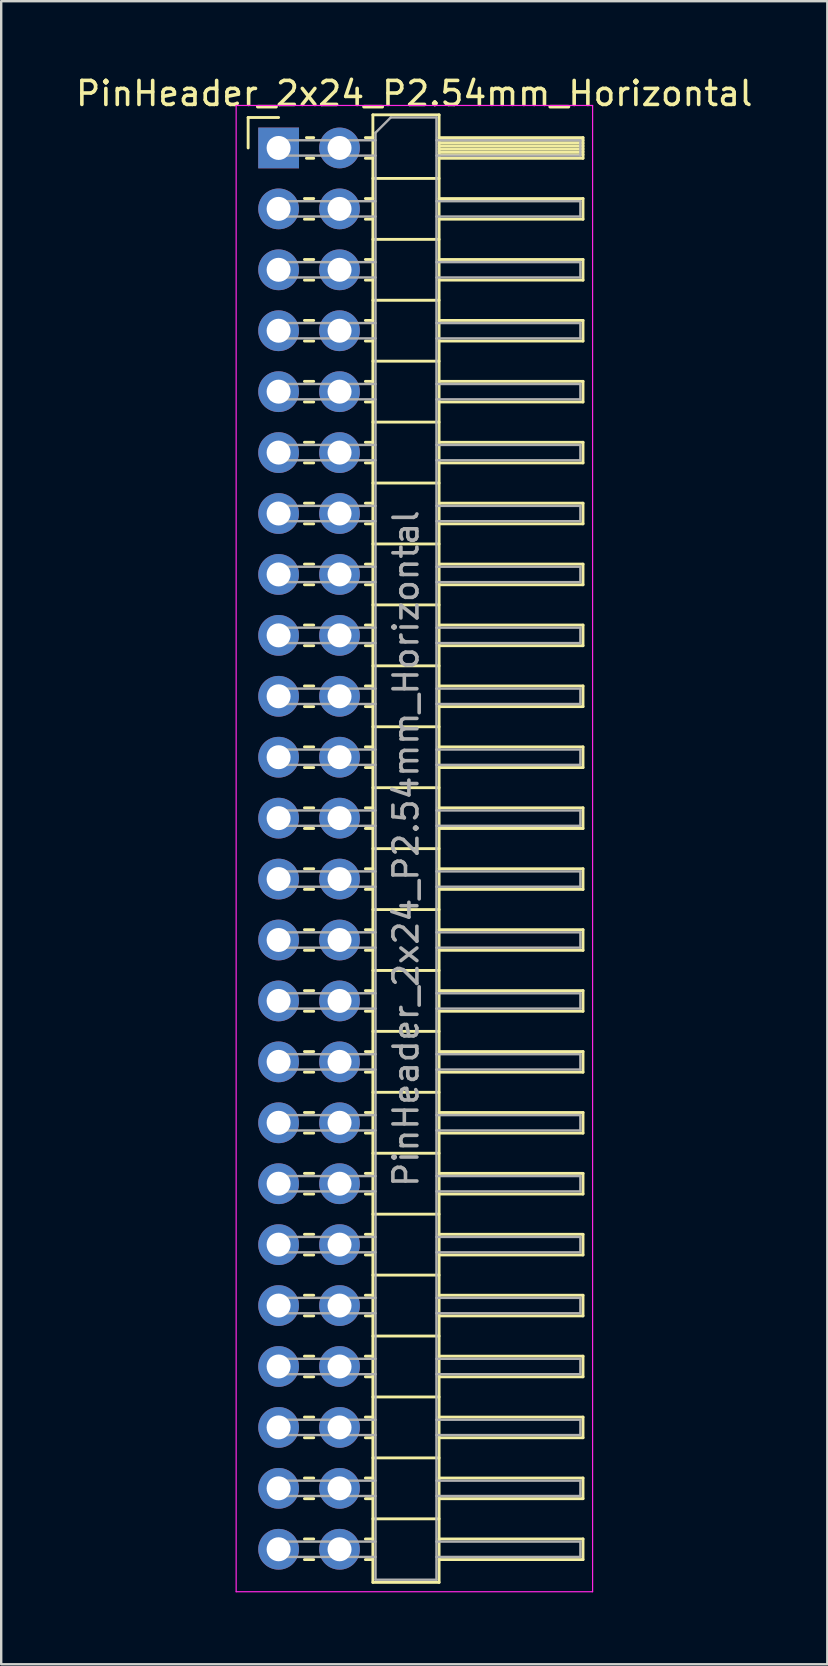
<source format=kicad_pcb>
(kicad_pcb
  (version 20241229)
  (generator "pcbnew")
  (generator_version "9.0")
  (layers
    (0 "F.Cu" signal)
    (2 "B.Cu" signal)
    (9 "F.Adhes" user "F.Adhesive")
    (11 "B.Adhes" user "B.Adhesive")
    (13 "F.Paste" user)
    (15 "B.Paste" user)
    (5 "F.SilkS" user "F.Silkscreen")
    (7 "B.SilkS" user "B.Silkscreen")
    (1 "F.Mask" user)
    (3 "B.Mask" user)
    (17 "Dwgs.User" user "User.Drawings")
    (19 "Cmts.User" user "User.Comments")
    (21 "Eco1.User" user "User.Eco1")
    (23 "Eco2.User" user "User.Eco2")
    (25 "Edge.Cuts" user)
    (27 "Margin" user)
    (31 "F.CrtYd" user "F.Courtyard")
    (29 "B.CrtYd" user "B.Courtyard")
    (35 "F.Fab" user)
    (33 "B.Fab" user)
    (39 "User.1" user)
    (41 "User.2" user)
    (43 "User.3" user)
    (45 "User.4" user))
  (footprint "PinHeader_2x24_P2.54mm_Horizontal"
    (layer "F.Cu")
    (at 8.565 3.118)
    (property "Reference" "PinHeader_2x24_P2.54mm_Horizontal" (at 5.655 -2.27 0) (layer "F.SilkS") (effects (font (size 1 1) (thickness 0.15))))
    (attr through_hole)
    (fp_line (start -1.27 -1.27) (end 0 -1.27) (stroke (width 0.12) (type solid)) (layer "F.SilkS"))
    (fp_line (start -1.27 0) (end -1.27 -1.27) (stroke (width 0.12) (type solid)) (layer "F.SilkS"))
    (fp_line (start 1.077 2.11) (end 1.463 2.11) (stroke (width 0.12) (type solid)) (layer "F.SilkS"))
    (fp_line (start 1.077 2.97) (end 1.463 2.97) (stroke (width 0.12) (type solid)) (layer "F.SilkS"))
    (fp_line (start 1.077 4.65) (end 1.463 4.65) (stroke (width 0.12) (type solid)) (layer "F.SilkS"))
    (fp_line (start 1.077 5.51) (end 1.463 5.51) (stroke (width 0.12) (type solid)) (layer "F.SilkS"))
    (fp_line (start 1.077 7.19) (end 1.463 7.19) (stroke (width 0.12) (type solid)) (layer "F.SilkS"))
    (fp_line (start 1.077 8.05) (end 1.463 8.05) (stroke (width 0.12) (type solid)) (layer "F.SilkS"))
    (fp_line (start 1.077 9.73) (end 1.463 9.73) (stroke (width 0.12) (type solid)) (layer "F.SilkS"))
    (fp_line (start 1.077 10.59) (end 1.463 10.59) (stroke (width 0.12) (type solid)) (layer "F.SilkS"))
    (fp_line (start 1.077 12.27) (end 1.463 12.27) (stroke (width 0.12) (type solid)) (layer "F.SilkS"))
    (fp_line (start 1.077 13.13) (end 1.463 13.13) (stroke (width 0.12) (type solid)) (layer "F.SilkS"))
    (fp_line (start 1.077 14.81) (end 1.463 14.81) (stroke (width 0.12) (type solid)) (layer "F.SilkS"))
    (fp_line (start 1.077 15.67) (end 1.463 15.67) (stroke (width 0.12) (type solid)) (layer "F.SilkS"))
    (fp_line (start 1.077 17.35) (end 1.463 17.35) (stroke (width 0.12) (type solid)) (layer "F.SilkS"))
    (fp_line (start 1.077 18.21) (end 1.463 18.21) (stroke (width 0.12) (type solid)) (layer "F.SilkS"))
    (fp_line (start 1.077 19.89) (end 1.463 19.89) (stroke (width 0.12) (type solid)) (layer "F.SilkS"))
    (fp_line (start 1.077 20.75) (end 1.463 20.75) (stroke (width 0.12) (type solid)) (layer "F.SilkS"))
    (fp_line (start 1.077 22.43) (end 1.463 22.43) (stroke (width 0.12) (type solid)) (layer "F.SilkS"))
    (fp_line (start 1.077 23.29) (end 1.463 23.29) (stroke (width 0.12) (type solid)) (layer "F.SilkS"))
    (fp_line (start 1.077 24.97) (end 1.463 24.97) (stroke (width 0.12) (type solid)) (layer "F.SilkS"))
    (fp_line (start 1.077 25.83) (end 1.463 25.83) (stroke (width 0.12) (type solid)) (layer "F.SilkS"))
    (fp_line (start 1.077 27.51) (end 1.463 27.51) (stroke (width 0.12) (type solid)) (layer "F.SilkS"))
    (fp_line (start 1.077 28.37) (end 1.463 28.37) (stroke (width 0.12) (type solid)) (layer "F.SilkS"))
    (fp_line (start 1.077 30.05) (end 1.463 30.05) (stroke (width 0.12) (type solid)) (layer "F.SilkS"))
    (fp_line (start 1.077 30.91) (end 1.463 30.91) (stroke (width 0.12) (type solid)) (layer "F.SilkS"))
    (fp_line (start 1.077 32.59) (end 1.463 32.59) (stroke (width 0.12) (type solid)) (layer "F.SilkS"))
    (fp_line (start 1.077 33.45) (end 1.463 33.45) (stroke (width 0.12) (type solid)) (layer "F.SilkS"))
    (fp_line (start 1.077 35.13) (end 1.463 35.13) (stroke (width 0.12) (type solid)) (layer "F.SilkS"))
    (fp_line (start 1.077 35.99) (end 1.463 35.99) (stroke (width 0.12) (type solid)) (layer "F.SilkS"))
    (fp_line (start 1.077 37.67) (end 1.463 37.67) (stroke (width 0.12) (type solid)) (layer "F.SilkS"))
    (fp_line (start 1.077 38.53) (end 1.463 38.53) (stroke (width 0.12) (type solid)) (layer "F.SilkS"))
    (fp_line (start 1.077 40.21) (end 1.463 40.21) (stroke (width 0.12) (type solid)) (layer "F.SilkS"))
    (fp_line (start 1.077 41.07) (end 1.463 41.07) (stroke (width 0.12) (type solid)) (layer "F.SilkS"))
    (fp_line (start 1.077 42.75) (end 1.463 42.75) (stroke (width 0.12) (type solid)) (layer "F.SilkS"))
    (fp_line (start 1.077 43.61) (end 1.463 43.61) (stroke (width 0.12) (type solid)) (layer "F.SilkS"))
    (fp_line (start 1.077 45.29) (end 1.463 45.29) (stroke (width 0.12) (type solid)) (layer "F.SilkS"))
    (fp_line (start 1.077 46.15) (end 1.463 46.15) (stroke (width 0.12) (type solid)) (layer "F.SilkS"))
    (fp_line (start 1.077 47.83) (end 1.463 47.83) (stroke (width 0.12) (type solid)) (layer "F.SilkS"))
    (fp_line (start 1.077 48.69) (end 1.463 48.69) (stroke (width 0.12) (type solid)) (layer "F.SilkS"))
    (fp_line (start 1.077 50.37) (end 1.463 50.37) (stroke (width 0.12) (type solid)) (layer "F.SilkS"))
    (fp_line (start 1.077 51.23) (end 1.463 51.23) (stroke (width 0.12) (type solid)) (layer "F.SilkS"))
    (fp_line (start 1.077 52.91) (end 1.463 52.91) (stroke (width 0.12) (type solid)) (layer "F.SilkS"))
    (fp_line (start 1.077 53.77) (end 1.463 53.77) (stroke (width 0.12) (type solid)) (layer "F.SilkS"))
    (fp_line (start 1.077 55.45) (end 1.463 55.45) (stroke (width 0.12) (type solid)) (layer "F.SilkS"))
    (fp_line (start 1.077 56.31) (end 1.463 56.31) (stroke (width 0.12) (type solid)) (layer "F.SilkS"))
    (fp_line (start 1.077 57.99) (end 1.463 57.99) (stroke (width 0.12) (type solid)) (layer "F.SilkS"))
    (fp_line (start 1.077 58.85) (end 1.463 58.85) (stroke (width 0.12) (type solid)) (layer "F.SilkS"))
    (fp_line (start 1.16 -0.43) (end 1.463 -0.43) (stroke (width 0.12) (type solid)) (layer "F.SilkS"))
    (fp_line (start 1.16 0.43) (end 1.463 0.43) (stroke (width 0.12) (type solid)) (layer "F.SilkS"))
    (fp_line (start 3.617 -0.43) (end 3.93 -0.43) (stroke (width 0.12) (type solid)) (layer "F.SilkS"))
    (fp_line (start 3.617 0.43) (end 3.93 0.43) (stroke (width 0.12) (type solid)) (layer "F.SilkS"))
    (fp_line (start 3.617 2.11) (end 3.93 2.11) (stroke (width 0.12) (type solid)) (layer "F.SilkS"))
    (fp_line (start 3.617 2.97) (end 3.93 2.97) (stroke (width 0.12) (type solid)) (layer "F.SilkS"))
    (fp_line (start 3.617 4.65) (end 3.93 4.65) (stroke (width 0.12) (type solid)) (layer "F.SilkS"))
    (fp_line (start 3.617 5.51) (end 3.93 5.51) (stroke (width 0.12) (type solid)) (layer "F.SilkS"))
    (fp_line (start 3.617 7.19) (end 3.93 7.19) (stroke (width 0.12) (type solid)) (layer "F.SilkS"))
    (fp_line (start 3.617 8.05) (end 3.93 8.05) (stroke (width 0.12) (type solid)) (layer "F.SilkS"))
    (fp_line (start 3.617 9.73) (end 3.93 9.73) (stroke (width 0.12) (type solid)) (layer "F.SilkS"))
    (fp_line (start 3.617 10.59) (end 3.93 10.59) (stroke (width 0.12) (type solid)) (layer "F.SilkS"))
    (fp_line (start 3.617 12.27) (end 3.93 12.27) (stroke (width 0.12) (type solid)) (layer "F.SilkS"))
    (fp_line (start 3.617 13.13) (end 3.93 13.13) (stroke (width 0.12) (type solid)) (layer "F.SilkS"))
    (fp_line (start 3.617 14.81) (end 3.93 14.81) (stroke (width 0.12) (type solid)) (layer "F.SilkS"))
    (fp_line (start 3.617 15.67) (end 3.93 15.67) (stroke (width 0.12) (type solid)) (layer "F.SilkS"))
    (fp_line (start 3.617 17.35) (end 3.93 17.35) (stroke (width 0.12) (type solid)) (layer "F.SilkS"))
    (fp_line (start 3.617 18.21) (end 3.93 18.21) (stroke (width 0.12) (type solid)) (layer "F.SilkS"))
    (fp_line (start 3.617 19.89) (end 3.93 19.89) (stroke (width 0.12) (type solid)) (layer "F.SilkS"))
    (fp_line (start 3.617 20.75) (end 3.93 20.75) (stroke (width 0.12) (type solid)) (layer "F.SilkS"))
    (fp_line (start 3.617 22.43) (end 3.93 22.43) (stroke (width 0.12) (type solid)) (layer "F.SilkS"))
    (fp_line (start 3.617 23.29) (end 3.93 23.29) (stroke (width 0.12) (type solid)) (layer "F.SilkS"))
    (fp_line (start 3.617 24.97) (end 3.93 24.97) (stroke (width 0.12) (type solid)) (layer "F.SilkS"))
    (fp_line (start 3.617 25.83) (end 3.93 25.83) (stroke (width 0.12) (type solid)) (layer "F.SilkS"))
    (fp_line (start 3.617 27.51) (end 3.93 27.51) (stroke (width 0.12) (type solid)) (layer "F.SilkS"))
    (fp_line (start 3.617 28.37) (end 3.93 28.37) (stroke (width 0.12) (type solid)) (layer "F.SilkS"))
    (fp_line (start 3.617 30.05) (end 3.93 30.05) (stroke (width 0.12) (type solid)) (layer "F.SilkS"))
    (fp_line (start 3.617 30.91) (end 3.93 30.91) (stroke (width 0.12) (type solid)) (layer "F.SilkS"))
    (fp_line (start 3.617 32.59) (end 3.93 32.59) (stroke (width 0.12) (type solid)) (layer "F.SilkS"))
    (fp_line (start 3.617 33.45) (end 3.93 33.45) (stroke (width 0.12) (type solid)) (layer "F.SilkS"))
    (fp_line (start 3.617 35.13) (end 3.93 35.13) (stroke (width 0.12) (type solid)) (layer "F.SilkS"))
    (fp_line (start 3.617 35.99) (end 3.93 35.99) (stroke (width 0.12) (type solid)) (layer "F.SilkS"))
    (fp_line (start 3.617 37.67) (end 3.93 37.67) (stroke (width 0.12) (type solid)) (layer "F.SilkS"))
    (fp_line (start 3.617 38.53) (end 3.93 38.53) (stroke (width 0.12) (type solid)) (layer "F.SilkS"))
    (fp_line (start 3.617 40.21) (end 3.93 40.21) (stroke (width 0.12) (type solid)) (layer "F.SilkS"))
    (fp_line (start 3.617 41.07) (end 3.93 41.07) (stroke (width 0.12) (type solid)) (layer "F.SilkS"))
    (fp_line (start 3.617 42.75) (end 3.93 42.75) (stroke (width 0.12) (type solid)) (layer "F.SilkS"))
    (fp_line (start 3.617 43.61) (end 3.93 43.61) (stroke (width 0.12) (type solid)) (layer "F.SilkS"))
    (fp_line (start 3.617 45.29) (end 3.93 45.29) (stroke (width 0.12) (type solid)) (layer "F.SilkS"))
    (fp_line (start 3.617 46.15) (end 3.93 46.15) (stroke (width 0.12) (type solid)) (layer "F.SilkS"))
    (fp_line (start 3.617 47.83) (end 3.93 47.83) (stroke (width 0.12) (type solid)) (layer "F.SilkS"))
    (fp_line (start 3.617 48.69) (end 3.93 48.69) (stroke (width 0.12) (type solid)) (layer "F.SilkS"))
    (fp_line (start 3.617 50.37) (end 3.93 50.37) (stroke (width 0.12) (type solid)) (layer "F.SilkS"))
    (fp_line (start 3.617 51.23) (end 3.93 51.23) (stroke (width 0.12) (type solid)) (layer "F.SilkS"))
    (fp_line (start 3.617 52.91) (end 3.93 52.91) (stroke (width 0.12) (type solid)) (layer "F.SilkS"))
    (fp_line (start 3.617 53.77) (end 3.93 53.77) (stroke (width 0.12) (type solid)) (layer "F.SilkS"))
    (fp_line (start 3.617 55.45) (end 3.93 55.45) (stroke (width 0.12) (type solid)) (layer "F.SilkS"))
    (fp_line (start 3.617 56.31) (end 3.93 56.31) (stroke (width 0.12) (type solid)) (layer "F.SilkS"))
    (fp_line (start 3.617 57.99) (end 3.93 57.99) (stroke (width 0.12) (type solid)) (layer "F.SilkS"))
    (fp_line (start 3.617 58.85) (end 3.93 58.85) (stroke (width 0.12) (type solid)) (layer "F.SilkS"))
    (fp_line (start 3.93 -1.38) (end 3.93 59.8) (stroke (width 0.12) (type solid)) (layer "F.SilkS"))
    (fp_line (start 3.93 1.27) (end 6.69 1.27) (stroke (width 0.12) (type solid)) (layer "F.SilkS"))
    (fp_line (start 3.93 3.81) (end 6.69 3.81) (stroke (width 0.12) (type solid)) (layer "F.SilkS"))
    (fp_line (start 3.93 6.35) (end 6.69 6.35) (stroke (width 0.12) (type solid)) (layer "F.SilkS"))
    (fp_line (start 3.93 8.89) (end 6.69 8.89) (stroke (width 0.12) (type solid)) (layer "F.SilkS"))
    (fp_line (start 3.93 11.43) (end 6.69 11.43) (stroke (width 0.12) (type solid)) (layer "F.SilkS"))
    (fp_line (start 3.93 13.97) (end 6.69 13.97) (stroke (width 0.12) (type solid)) (layer "F.SilkS"))
    (fp_line (start 3.93 16.51) (end 6.69 16.51) (stroke (width 0.12) (type solid)) (layer "F.SilkS"))
    (fp_line (start 3.93 19.05) (end 6.69 19.05) (stroke (width 0.12) (type solid)) (layer "F.SilkS"))
    (fp_line (start 3.93 21.59) (end 6.69 21.59) (stroke (width 0.12) (type solid)) (layer "F.SilkS"))
    (fp_line (start 3.93 24.13) (end 6.69 24.13) (stroke (width 0.12) (type solid)) (layer "F.SilkS"))
    (fp_line (start 3.93 26.67) (end 6.69 26.67) (stroke (width 0.12) (type solid)) (layer "F.SilkS"))
    (fp_line (start 3.93 29.21) (end 6.69 29.21) (stroke (width 0.12) (type solid)) (layer "F.SilkS"))
    (fp_line (start 3.93 31.75) (end 6.69 31.75) (stroke (width 0.12) (type solid)) (layer "F.SilkS"))
    (fp_line (start 3.93 34.29) (end 6.69 34.29) (stroke (width 0.12) (type solid)) (layer "F.SilkS"))
    (fp_line (start 3.93 36.83) (end 6.69 36.83) (stroke (width 0.12) (type solid)) (layer "F.SilkS"))
    (fp_line (start 3.93 39.37) (end 6.69 39.37) (stroke (width 0.12) (type solid)) (layer "F.SilkS"))
    (fp_line (start 3.93 41.91) (end 6.69 41.91) (stroke (width 0.12) (type solid)) (layer "F.SilkS"))
    (fp_line (start 3.93 44.45) (end 6.69 44.45) (stroke (width 0.12) (type solid)) (layer "F.SilkS"))
    (fp_line (start 3.93 46.99) (end 6.69 46.99) (stroke (width 0.12) (type solid)) (layer "F.SilkS"))
    (fp_line (start 3.93 49.53) (end 6.69 49.53) (stroke (width 0.12) (type solid)) (layer "F.SilkS"))
    (fp_line (start 3.93 52.07) (end 6.69 52.07) (stroke (width 0.12) (type solid)) (layer "F.SilkS"))
    (fp_line (start 3.93 54.61) (end 6.69 54.61) (stroke (width 0.12) (type solid)) (layer "F.SilkS"))
    (fp_line (start 3.93 57.15) (end 6.69 57.15) (stroke (width 0.12) (type solid)) (layer "F.SilkS"))
    (fp_line (start 3.93 59.8) (end 6.69 59.8) (stroke (width 0.12) (type solid)) (layer "F.SilkS"))
    (fp_line (start 6.69 -1.38) (end 3.93 -1.38) (stroke (width 0.12) (type solid)) (layer "F.SilkS"))
    (fp_line (start 6.69 -0.43) (end 12.69 -0.43) (stroke (width 0.12) (type solid)) (layer "F.SilkS"))
    (fp_line (start 6.69 -0.32) (end 12.69 -0.32) (stroke (width 0.12) (type solid)) (layer "F.SilkS"))
    (fp_line (start 6.69 -0.2) (end 12.69 -0.2) (stroke (width 0.12) (type solid)) (layer "F.SilkS"))
    (fp_line (start 6.69 -0.08) (end 12.69 -0.08) (stroke (width 0.12) (type solid)) (layer "F.SilkS"))
    (fp_line (start 6.69 0.04) (end 12.69 0.04) (stroke (width 0.12) (type solid)) (layer "F.SilkS"))
    (fp_line (start 6.69 0.16) (end 12.69 0.16) (stroke (width 0.12) (type solid)) (layer "F.SilkS"))
    (fp_line (start 6.69 0.28) (end 12.69 0.28) (stroke (width 0.12) (type solid)) (layer "F.SilkS"))
    (fp_line (start 6.69 2.11) (end 12.69 2.11) (stroke (width 0.12) (type solid)) (layer "F.SilkS"))
    (fp_line (start 6.69 4.65) (end 12.69 4.65) (stroke (width 0.12) (type solid)) (layer "F.SilkS"))
    (fp_line (start 6.69 7.19) (end 12.69 7.19) (stroke (width 0.12) (type solid)) (layer "F.SilkS"))
    (fp_line (start 6.69 9.73) (end 12.69 9.73) (stroke (width 0.12) (type solid)) (layer "F.SilkS"))
    (fp_line (start 6.69 12.27) (end 12.69 12.27) (stroke (width 0.12) (type solid)) (layer "F.SilkS"))
    (fp_line (start 6.69 14.81) (end 12.69 14.81) (stroke (width 0.12) (type solid)) (layer "F.SilkS"))
    (fp_line (start 6.69 17.35) (end 12.69 17.35) (stroke (width 0.12) (type solid)) (layer "F.SilkS"))
    (fp_line (start 6.69 19.89) (end 12.69 19.89) (stroke (width 0.12) (type solid)) (layer "F.SilkS"))
    (fp_line (start 6.69 22.43) (end 12.69 22.43) (stroke (width 0.12) (type solid)) (layer "F.SilkS"))
    (fp_line (start 6.69 24.97) (end 12.69 24.97) (stroke (width 0.12) (type solid)) (layer "F.SilkS"))
    (fp_line (start 6.69 27.51) (end 12.69 27.51) (stroke (width 0.12) (type solid)) (layer "F.SilkS"))
    (fp_line (start 6.69 30.05) (end 12.69 30.05) (stroke (width 0.12) (type solid)) (layer "F.SilkS"))
    (fp_line (start 6.69 32.59) (end 12.69 32.59) (stroke (width 0.12) (type solid)) (layer "F.SilkS"))
    (fp_line (start 6.69 35.13) (end 12.69 35.13) (stroke (width 0.12) (type solid)) (layer "F.SilkS"))
    (fp_line (start 6.69 37.67) (end 12.69 37.67) (stroke (width 0.12) (type solid)) (layer "F.SilkS"))
    (fp_line (start 6.69 40.21) (end 12.69 40.21) (stroke (width 0.12) (type solid)) (layer "F.SilkS"))
    (fp_line (start 6.69 42.75) (end 12.69 42.75) (stroke (width 0.12) (type solid)) (layer "F.SilkS"))
    (fp_line (start 6.69 45.29) (end 12.69 45.29) (stroke (width 0.12) (type solid)) (layer "F.SilkS"))
    (fp_line (start 6.69 47.83) (end 12.69 47.83) (stroke (width 0.12) (type solid)) (layer "F.SilkS"))
    (fp_line (start 6.69 50.37) (end 12.69 50.37) (stroke (width 0.12) (type solid)) (layer "F.SilkS"))
    (fp_line (start 6.69 52.91) (end 12.69 52.91) (stroke (width 0.12) (type solid)) (layer "F.SilkS"))
    (fp_line (start 6.69 55.45) (end 12.69 55.45) (stroke (width 0.12) (type solid)) (layer "F.SilkS"))
    (fp_line (start 6.69 57.99) (end 12.69 57.99) (stroke (width 0.12) (type solid)) (layer "F.SilkS"))
    (fp_line (start 6.69 59.8) (end 6.69 -1.38) (stroke (width 0.12) (type solid)) (layer "F.SilkS"))
    (fp_line (start 12.69 -0.43) (end 12.69 0.43) (stroke (width 0.12) (type solid)) (layer "F.SilkS"))
    (fp_line (start 12.69 0.43) (end 6.69 0.43) (stroke (width 0.12) (type solid)) (layer "F.SilkS"))
    (fp_line (start 12.69 2.11) (end 12.69 2.97) (stroke (width 0.12) (type solid)) (layer "F.SilkS"))
    (fp_line (start 12.69 2.97) (end 6.69 2.97) (stroke (width 0.12) (type solid)) (layer "F.SilkS"))
    (fp_line (start 12.69 4.65) (end 12.69 5.51) (stroke (width 0.12) (type solid)) (layer "F.SilkS"))
    (fp_line (start 12.69 5.51) (end 6.69 5.51) (stroke (width 0.12) (type solid)) (layer "F.SilkS"))
    (fp_line (start 12.69 7.19) (end 12.69 8.05) (stroke (width 0.12) (type solid)) (layer "F.SilkS"))
    (fp_line (start 12.69 8.05) (end 6.69 8.05) (stroke (width 0.12) (type solid)) (layer "F.SilkS"))
    (fp_line (start 12.69 9.73) (end 12.69 10.59) (stroke (width 0.12) (type solid)) (layer "F.SilkS"))
    (fp_line (start 12.69 10.59) (end 6.69 10.59) (stroke (width 0.12) (type solid)) (layer "F.SilkS"))
    (fp_line (start 12.69 12.27) (end 12.69 13.13) (stroke (width 0.12) (type solid)) (layer "F.SilkS"))
    (fp_line (start 12.69 13.13) (end 6.69 13.13) (stroke (width 0.12) (type solid)) (layer "F.SilkS"))
    (fp_line (start 12.69 14.81) (end 12.69 15.67) (stroke (width 0.12) (type solid)) (layer "F.SilkS"))
    (fp_line (start 12.69 15.67) (end 6.69 15.67) (stroke (width 0.12) (type solid)) (layer "F.SilkS"))
    (fp_line (start 12.69 17.35) (end 12.69 18.21) (stroke (width 0.12) (type solid)) (layer "F.SilkS"))
    (fp_line (start 12.69 18.21) (end 6.69 18.21) (stroke (width 0.12) (type solid)) (layer "F.SilkS"))
    (fp_line (start 12.69 19.89) (end 12.69 20.75) (stroke (width 0.12) (type solid)) (layer "F.SilkS"))
    (fp_line (start 12.69 20.75) (end 6.69 20.75) (stroke (width 0.12) (type solid)) (layer "F.SilkS"))
    (fp_line (start 12.69 22.43) (end 12.69 23.29) (stroke (width 0.12) (type solid)) (layer "F.SilkS"))
    (fp_line (start 12.69 23.29) (end 6.69 23.29) (stroke (width 0.12) (type solid)) (layer "F.SilkS"))
    (fp_line (start 12.69 24.97) (end 12.69 25.83) (stroke (width 0.12) (type solid)) (layer "F.SilkS"))
    (fp_line (start 12.69 25.83) (end 6.69 25.83) (stroke (width 0.12) (type solid)) (layer "F.SilkS"))
    (fp_line (start 12.69 27.51) (end 12.69 28.37) (stroke (width 0.12) (type solid)) (layer "F.SilkS"))
    (fp_line (start 12.69 28.37) (end 6.69 28.37) (stroke (width 0.12) (type solid)) (layer "F.SilkS"))
    (fp_line (start 12.69 30.05) (end 12.69 30.91) (stroke (width 0.12) (type solid)) (layer "F.SilkS"))
    (fp_line (start 12.69 30.91) (end 6.69 30.91) (stroke (width 0.12) (type solid)) (layer "F.SilkS"))
    (fp_line (start 12.69 32.59) (end 12.69 33.45) (stroke (width 0.12) (type solid)) (layer "F.SilkS"))
    (fp_line (start 12.69 33.45) (end 6.69 33.45) (stroke (width 0.12) (type solid)) (layer "F.SilkS"))
    (fp_line (start 12.69 35.13) (end 12.69 35.99) (stroke (width 0.12) (type solid)) (layer "F.SilkS"))
    (fp_line (start 12.69 35.99) (end 6.69 35.99) (stroke (width 0.12) (type solid)) (layer "F.SilkS"))
    (fp_line (start 12.69 37.67) (end 12.69 38.53) (stroke (width 0.12) (type solid)) (layer "F.SilkS"))
    (fp_line (start 12.69 38.53) (end 6.69 38.53) (stroke (width 0.12) (type solid)) (layer "F.SilkS"))
    (fp_line (start 12.69 40.21) (end 12.69 41.07) (stroke (width 0.12) (type solid)) (layer "F.SilkS"))
    (fp_line (start 12.69 41.07) (end 6.69 41.07) (stroke (width 0.12) (type solid)) (layer "F.SilkS"))
    (fp_line (start 12.69 42.75) (end 12.69 43.61) (stroke (width 0.12) (type solid)) (layer "F.SilkS"))
    (fp_line (start 12.69 43.61) (end 6.69 43.61) (stroke (width 0.12) (type solid)) (layer "F.SilkS"))
    (fp_line (start 12.69 45.29) (end 12.69 46.15) (stroke (width 0.12) (type solid)) (layer "F.SilkS"))
    (fp_line (start 12.69 46.15) (end 6.69 46.15) (stroke (width 0.12) (type solid)) (layer "F.SilkS"))
    (fp_line (start 12.69 47.83) (end 12.69 48.69) (stroke (width 0.12) (type solid)) (layer "F.SilkS"))
    (fp_line (start 12.69 48.69) (end 6.69 48.69) (stroke (width 0.12) (type solid)) (layer "F.SilkS"))
    (fp_line (start 12.69 50.37) (end 12.69 51.23) (stroke (width 0.12) (type solid)) (layer "F.SilkS"))
    (fp_line (start 12.69 51.23) (end 6.69 51.23) (stroke (width 0.12) (type solid)) (layer "F.SilkS"))
    (fp_line (start 12.69 52.91) (end 12.69 53.77) (stroke (width 0.12) (type solid)) (layer "F.SilkS"))
    (fp_line (start 12.69 53.77) (end 6.69 53.77) (stroke (width 0.12) (type solid)) (layer "F.SilkS"))
    (fp_line (start 12.69 55.45) (end 12.69 56.31) (stroke (width 0.12) (type solid)) (layer "F.SilkS"))
    (fp_line (start 12.69 56.31) (end 6.69 56.31) (stroke (width 0.12) (type solid)) (layer "F.SilkS"))
    (fp_line (start 12.69 57.99) (end 12.69 58.85) (stroke (width 0.12) (type solid)) (layer "F.SilkS"))
    (fp_line (start 12.69 58.85) (end 6.69 58.85) (stroke (width 0.12) (type solid)) (layer "F.SilkS"))
    (fp_line (start -1.77 -1.77) (end -1.77 60.19) (stroke (width 0.05) (type solid)) (layer "F.CrtYd"))
    (fp_line (start -1.77 60.19) (end 13.09 60.19) (stroke (width 0.05) (type solid)) (layer "F.CrtYd"))
    (fp_line (start 13.09 -1.77) (end -1.77 -1.77) (stroke (width 0.05) (type solid)) (layer "F.CrtYd"))
    (fp_line (start 13.09 60.19) (end 13.09 -1.77) (stroke (width 0.05) (type solid)) (layer "F.CrtYd"))
    (fp_line (start -0.32 -0.32) (end -0.32 0.32) (stroke (width 0.1) (type solid)) (layer "F.Fab"))
    (fp_line (start -0.32 -0.32) (end 4.04 -0.32) (stroke (width 0.1) (type solid)) (layer "F.Fab"))
    (fp_line (start -0.32 0.32) (end 4.04 0.32) (stroke (width 0.1) (type solid)) (layer "F.Fab"))
    (fp_line (start -0.32 2.22) (end -0.32 2.86) (stroke (width 0.1) (type solid)) (layer "F.Fab"))
    (fp_line (start -0.32 2.22) (end 4.04 2.22) (stroke (width 0.1) (type solid)) (layer "F.Fab"))
    (fp_line (start -0.32 2.86) (end 4.04 2.86) (stroke (width 0.1) (type solid)) (layer "F.Fab"))
    (fp_line (start -0.32 4.76) (end -0.32 5.4) (stroke (width 0.1) (type solid)) (layer "F.Fab"))
    (fp_line (start -0.32 4.76) (end 4.04 4.76) (stroke (width 0.1) (type solid)) (layer "F.Fab"))
    (fp_line (start -0.32 5.4) (end 4.04 5.4) (stroke (width 0.1) (type solid)) (layer "F.Fab"))
    (fp_line (start -0.32 7.3) (end -0.32 7.94) (stroke (width 0.1) (type solid)) (layer "F.Fab"))
    (fp_line (start -0.32 7.3) (end 4.04 7.3) (stroke (width 0.1) (type solid)) (layer "F.Fab"))
    (fp_line (start -0.32 7.94) (end 4.04 7.94) (stroke (width 0.1) (type solid)) (layer "F.Fab"))
    (fp_line (start -0.32 9.84) (end -0.32 10.48) (stroke (width 0.1) (type solid)) (layer "F.Fab"))
    (fp_line (start -0.32 9.84) (end 4.04 9.84) (stroke (width 0.1) (type solid)) (layer "F.Fab"))
    (fp_line (start -0.32 10.48) (end 4.04 10.48) (stroke (width 0.1) (type solid)) (layer "F.Fab"))
    (fp_line (start -0.32 12.38) (end -0.32 13.02) (stroke (width 0.1) (type solid)) (layer "F.Fab"))
    (fp_line (start -0.32 12.38) (end 4.04 12.38) (stroke (width 0.1) (type solid)) (layer "F.Fab"))
    (fp_line (start -0.32 13.02) (end 4.04 13.02) (stroke (width 0.1) (type solid)) (layer "F.Fab"))
    (fp_line (start -0.32 14.92) (end -0.32 15.56) (stroke (width 0.1) (type solid)) (layer "F.Fab"))
    (fp_line (start -0.32 14.92) (end 4.04 14.92) (stroke (width 0.1) (type solid)) (layer "F.Fab"))
    (fp_line (start -0.32 15.56) (end 4.04 15.56) (stroke (width 0.1) (type solid)) (layer "F.Fab"))
    (fp_line (start -0.32 17.46) (end -0.32 18.1) (stroke (width 0.1) (type solid)) (layer "F.Fab"))
    (fp_line (start -0.32 17.46) (end 4.04 17.46) (stroke (width 0.1) (type solid)) (layer "F.Fab"))
    (fp_line (start -0.32 18.1) (end 4.04 18.1) (stroke (width 0.1) (type solid)) (layer "F.Fab"))
    (fp_line (start -0.32 20) (end -0.32 20.64) (stroke (width 0.1) (type solid)) (layer "F.Fab"))
    (fp_line (start -0.32 20) (end 4.04 20) (stroke (width 0.1) (type solid)) (layer "F.Fab"))
    (fp_line (start -0.32 20.64) (end 4.04 20.64) (stroke (width 0.1) (type solid)) (layer "F.Fab"))
    (fp_line (start -0.32 22.54) (end -0.32 23.18) (stroke (width 0.1) (type solid)) (layer "F.Fab"))
    (fp_line (start -0.32 22.54) (end 4.04 22.54) (stroke (width 0.1) (type solid)) (layer "F.Fab"))
    (fp_line (start -0.32 23.18) (end 4.04 23.18) (stroke (width 0.1) (type solid)) (layer "F.Fab"))
    (fp_line (start -0.32 25.08) (end -0.32 25.72) (stroke (width 0.1) (type solid)) (layer "F.Fab"))
    (fp_line (start -0.32 25.08) (end 4.04 25.08) (stroke (width 0.1) (type solid)) (layer "F.Fab"))
    (fp_line (start -0.32 25.72) (end 4.04 25.72) (stroke (width 0.1) (type solid)) (layer "F.Fab"))
    (fp_line (start -0.32 27.62) (end -0.32 28.26) (stroke (width 0.1) (type solid)) (layer "F.Fab"))
    (fp_line (start -0.32 27.62) (end 4.04 27.62) (stroke (width 0.1) (type solid)) (layer "F.Fab"))
    (fp_line (start -0.32 28.26) (end 4.04 28.26) (stroke (width 0.1) (type solid)) (layer "F.Fab"))
    (fp_line (start -0.32 30.16) (end -0.32 30.8) (stroke (width 0.1) (type solid)) (layer "F.Fab"))
    (fp_line (start -0.32 30.16) (end 4.04 30.16) (stroke (width 0.1) (type solid)) (layer "F.Fab"))
    (fp_line (start -0.32 30.8) (end 4.04 30.8) (stroke (width 0.1) (type solid)) (layer "F.Fab"))
    (fp_line (start -0.32 32.7) (end -0.32 33.34) (stroke (width 0.1) (type solid)) (layer "F.Fab"))
    (fp_line (start -0.32 32.7) (end 4.04 32.7) (stroke (width 0.1) (type solid)) (layer "F.Fab"))
    (fp_line (start -0.32 33.34) (end 4.04 33.34) (stroke (width 0.1) (type solid)) (layer "F.Fab"))
    (fp_line (start -0.32 35.24) (end -0.32 35.88) (stroke (width 0.1) (type solid)) (layer "F.Fab"))
    (fp_line (start -0.32 35.24) (end 4.04 35.24) (stroke (width 0.1) (type solid)) (layer "F.Fab"))
    (fp_line (start -0.32 35.88) (end 4.04 35.88) (stroke (width 0.1) (type solid)) (layer "F.Fab"))
    (fp_line (start -0.32 37.78) (end -0.32 38.42) (stroke (width 0.1) (type solid)) (layer "F.Fab"))
    (fp_line (start -0.32 37.78) (end 4.04 37.78) (stroke (width 0.1) (type solid)) (layer "F.Fab"))
    (fp_line (start -0.32 38.42) (end 4.04 38.42) (stroke (width 0.1) (type solid)) (layer "F.Fab"))
    (fp_line (start -0.32 40.32) (end -0.32 40.96) (stroke (width 0.1) (type solid)) (layer "F.Fab"))
    (fp_line (start -0.32 40.32) (end 4.04 40.32) (stroke (width 0.1) (type solid)) (layer "F.Fab"))
    (fp_line (start -0.32 40.96) (end 4.04 40.96) (stroke (width 0.1) (type solid)) (layer "F.Fab"))
    (fp_line (start -0.32 42.86) (end -0.32 43.5) (stroke (width 0.1) (type solid)) (layer "F.Fab"))
    (fp_line (start -0.32 42.86) (end 4.04 42.86) (stroke (width 0.1) (type solid)) (layer "F.Fab"))
    (fp_line (start -0.32 43.5) (end 4.04 43.5) (stroke (width 0.1) (type solid)) (layer "F.Fab"))
    (fp_line (start -0.32 45.4) (end -0.32 46.04) (stroke (width 0.1) (type solid)) (layer "F.Fab"))
    (fp_line (start -0.32 45.4) (end 4.04 45.4) (stroke (width 0.1) (type solid)) (layer "F.Fab"))
    (fp_line (start -0.32 46.04) (end 4.04 46.04) (stroke (width 0.1) (type solid)) (layer "F.Fab"))
    (fp_line (start -0.32 47.94) (end -0.32 48.58) (stroke (width 0.1) (type solid)) (layer "F.Fab"))
    (fp_line (start -0.32 47.94) (end 4.04 47.94) (stroke (width 0.1) (type solid)) (layer "F.Fab"))
    (fp_line (start -0.32 48.58) (end 4.04 48.58) (stroke (width 0.1) (type solid)) (layer "F.Fab"))
    (fp_line (start -0.32 50.48) (end -0.32 51.12) (stroke (width 0.1) (type solid)) (layer "F.Fab"))
    (fp_line (start -0.32 50.48) (end 4.04 50.48) (stroke (width 0.1) (type solid)) (layer "F.Fab"))
    (fp_line (start -0.32 51.12) (end 4.04 51.12) (stroke (width 0.1) (type solid)) (layer "F.Fab"))
    (fp_line (start -0.32 53.02) (end -0.32 53.66) (stroke (width 0.1) (type solid)) (layer "F.Fab"))
    (fp_line (start -0.32 53.02) (end 4.04 53.02) (stroke (width 0.1) (type solid)) (layer "F.Fab"))
    (fp_line (start -0.32 53.66) (end 4.04 53.66) (stroke (width 0.1) (type solid)) (layer "F.Fab"))
    (fp_line (start -0.32 55.56) (end -0.32 56.2) (stroke (width 0.1) (type solid)) (layer "F.Fab"))
    (fp_line (start -0.32 55.56) (end 4.04 55.56) (stroke (width 0.1) (type solid)) (layer "F.Fab"))
    (fp_line (start -0.32 56.2) (end 4.04 56.2) (stroke (width 0.1) (type solid)) (layer "F.Fab"))
    (fp_line (start -0.32 58.1) (end -0.32 58.74) (stroke (width 0.1) (type solid)) (layer "F.Fab"))
    (fp_line (start -0.32 58.1) (end 4.04 58.1) (stroke (width 0.1) (type solid)) (layer "F.Fab"))
    (fp_line (start -0.32 58.74) (end 4.04 58.74) (stroke (width 0.1) (type solid)) (layer "F.Fab"))
    (fp_line (start 4.04 -0.635) (end 4.675 -1.27) (stroke (width 0.1) (type solid)) (layer "F.Fab"))
    (fp_line (start 4.04 59.69) (end 4.04 -0.635) (stroke (width 0.1) (type solid)) (layer "F.Fab"))
    (fp_line (start 4.675 -1.27) (end 6.58 -1.27) (stroke (width 0.1) (type solid)) (layer "F.Fab"))
    (fp_line (start 6.58 -1.27) (end 6.58 59.69) (stroke (width 0.1) (type solid)) (layer "F.Fab"))
    (fp_line (start 6.58 -0.32) (end 12.58 -0.32) (stroke (width 0.1) (type solid)) (layer "F.Fab"))
    (fp_line (start 6.58 0.32) (end 12.58 0.32) (stroke (width 0.1) (type solid)) (layer "F.Fab"))
    (fp_line (start 6.58 2.22) (end 12.58 2.22) (stroke (width 0.1) (type solid)) (layer "F.Fab"))
    (fp_line (start 6.58 2.86) (end 12.58 2.86) (stroke (width 0.1) (type solid)) (layer "F.Fab"))
    (fp_line (start 6.58 4.76) (end 12.58 4.76) (stroke (width 0.1) (type solid)) (layer "F.Fab"))
    (fp_line (start 6.58 5.4) (end 12.58 5.4) (stroke (width 0.1) (type solid)) (layer "F.Fab"))
    (fp_line (start 6.58 7.3) (end 12.58 7.3) (stroke (width 0.1) (type solid)) (layer "F.Fab"))
    (fp_line (start 6.58 7.94) (end 12.58 7.94) (stroke (width 0.1) (type solid)) (layer "F.Fab"))
    (fp_line (start 6.58 9.84) (end 12.58 9.84) (stroke (width 0.1) (type solid)) (layer "F.Fab"))
    (fp_line (start 6.58 10.48) (end 12.58 10.48) (stroke (width 0.1) (type solid)) (layer "F.Fab"))
    (fp_line (start 6.58 12.38) (end 12.58 12.38) (stroke (width 0.1) (type solid)) (layer "F.Fab"))
    (fp_line (start 6.58 13.02) (end 12.58 13.02) (stroke (width 0.1) (type solid)) (layer "F.Fab"))
    (fp_line (start 6.58 14.92) (end 12.58 14.92) (stroke (width 0.1) (type solid)) (layer "F.Fab"))
    (fp_line (start 6.58 15.56) (end 12.58 15.56) (stroke (width 0.1) (type solid)) (layer "F.Fab"))
    (fp_line (start 6.58 17.46) (end 12.58 17.46) (stroke (width 0.1) (type solid)) (layer "F.Fab"))
    (fp_line (start 6.58 18.1) (end 12.58 18.1) (stroke (width 0.1) (type solid)) (layer "F.Fab"))
    (fp_line (start 6.58 20) (end 12.58 20) (stroke (width 0.1) (type solid)) (layer "F.Fab"))
    (fp_line (start 6.58 20.64) (end 12.58 20.64) (stroke (width 0.1) (type solid)) (layer "F.Fab"))
    (fp_line (start 6.58 22.54) (end 12.58 22.54) (stroke (width 0.1) (type solid)) (layer "F.Fab"))
    (fp_line (start 6.58 23.18) (end 12.58 23.18) (stroke (width 0.1) (type solid)) (layer "F.Fab"))
    (fp_line (start 6.58 25.08) (end 12.58 25.08) (stroke (width 0.1) (type solid)) (layer "F.Fab"))
    (fp_line (start 6.58 25.72) (end 12.58 25.72) (stroke (width 0.1) (type solid)) (layer "F.Fab"))
    (fp_line (start 6.58 27.62) (end 12.58 27.62) (stroke (width 0.1) (type solid)) (layer "F.Fab"))
    (fp_line (start 6.58 28.26) (end 12.58 28.26) (stroke (width 0.1) (type solid)) (layer "F.Fab"))
    (fp_line (start 6.58 30.16) (end 12.58 30.16) (stroke (width 0.1) (type solid)) (layer "F.Fab"))
    (fp_line (start 6.58 30.8) (end 12.58 30.8) (stroke (width 0.1) (type solid)) (layer "F.Fab"))
    (fp_line (start 6.58 32.7) (end 12.58 32.7) (stroke (width 0.1) (type solid)) (layer "F.Fab"))
    (fp_line (start 6.58 33.34) (end 12.58 33.34) (stroke (width 0.1) (type solid)) (layer "F.Fab"))
    (fp_line (start 6.58 35.24) (end 12.58 35.24) (stroke (width 0.1) (type solid)) (layer "F.Fab"))
    (fp_line (start 6.58 35.88) (end 12.58 35.88) (stroke (width 0.1) (type solid)) (layer "F.Fab"))
    (fp_line (start 6.58 37.78) (end 12.58 37.78) (stroke (width 0.1) (type solid)) (layer "F.Fab"))
    (fp_line (start 6.58 38.42) (end 12.58 38.42) (stroke (width 0.1) (type solid)) (layer "F.Fab"))
    (fp_line (start 6.58 40.32) (end 12.58 40.32) (stroke (width 0.1) (type solid)) (layer "F.Fab"))
    (fp_line (start 6.58 40.96) (end 12.58 40.96) (stroke (width 0.1) (type solid)) (layer "F.Fab"))
    (fp_line (start 6.58 42.86) (end 12.58 42.86) (stroke (width 0.1) (type solid)) (layer "F.Fab"))
    (fp_line (start 6.58 43.5) (end 12.58 43.5) (stroke (width 0.1) (type solid)) (layer "F.Fab"))
    (fp_line (start 6.58 45.4) (end 12.58 45.4) (stroke (width 0.1) (type solid)) (layer "F.Fab"))
    (fp_line (start 6.58 46.04) (end 12.58 46.04) (stroke (width 0.1) (type solid)) (layer "F.Fab"))
    (fp_line (start 6.58 47.94) (end 12.58 47.94) (stroke (width 0.1) (type solid)) (layer "F.Fab"))
    (fp_line (start 6.58 48.58) (end 12.58 48.58) (stroke (width 0.1) (type solid)) (layer "F.Fab"))
    (fp_line (start 6.58 50.48) (end 12.58 50.48) (stroke (width 0.1) (type solid)) (layer "F.Fab"))
    (fp_line (start 6.58 51.12) (end 12.58 51.12) (stroke (width 0.1) (type solid)) (layer "F.Fab"))
    (fp_line (start 6.58 53.02) (end 12.58 53.02) (stroke (width 0.1) (type solid)) (layer "F.Fab"))
    (fp_line (start 6.58 53.66) (end 12.58 53.66) (stroke (width 0.1) (type solid)) (layer "F.Fab"))
    (fp_line (start 6.58 55.56) (end 12.58 55.56) (stroke (width 0.1) (type solid)) (layer "F.Fab"))
    (fp_line (start 6.58 56.2) (end 12.58 56.2) (stroke (width 0.1) (type solid)) (layer "F.Fab"))
    (fp_line (start 6.58 58.1) (end 12.58 58.1) (stroke (width 0.1) (type solid)) (layer "F.Fab"))
    (fp_line (start 6.58 58.74) (end 12.58 58.74) (stroke (width 0.1) (type solid)) (layer "F.Fab"))
    (fp_line (start 6.58 59.69) (end 4.04 59.69) (stroke (width 0.1) (type solid)) (layer "F.Fab"))
    (fp_line (start 12.58 -0.32) (end 12.58 0.32) (stroke (width 0.1) (type solid)) (layer "F.Fab"))
    (fp_line (start 12.58 2.22) (end 12.58 2.86) (stroke (width 0.1) (type solid)) (layer "F.Fab"))
    (fp_line (start 12.58 4.76) (end 12.58 5.4) (stroke (width 0.1) (type solid)) (layer "F.Fab"))
    (fp_line (start 12.58 7.3) (end 12.58 7.94) (stroke (width 0.1) (type solid)) (layer "F.Fab"))
    (fp_line (start 12.58 9.84) (end 12.58 10.48) (stroke (width 0.1) (type solid)) (layer "F.Fab"))
    (fp_line (start 12.58 12.38) (end 12.58 13.02) (stroke (width 0.1) (type solid)) (layer "F.Fab"))
    (fp_line (start 12.58 14.92) (end 12.58 15.56) (stroke (width 0.1) (type solid)) (layer "F.Fab"))
    (fp_line (start 12.58 17.46) (end 12.58 18.1) (stroke (width 0.1) (type solid)) (layer "F.Fab"))
    (fp_line (start 12.58 20) (end 12.58 20.64) (stroke (width 0.1) (type solid)) (layer "F.Fab"))
    (fp_line (start 12.58 22.54) (end 12.58 23.18) (stroke (width 0.1) (type solid)) (layer "F.Fab"))
    (fp_line (start 12.58 25.08) (end 12.58 25.72) (stroke (width 0.1) (type solid)) (layer "F.Fab"))
    (fp_line (start 12.58 27.62) (end 12.58 28.26) (stroke (width 0.1) (type solid)) (layer "F.Fab"))
    (fp_line (start 12.58 30.16) (end 12.58 30.8) (stroke (width 0.1) (type solid)) (layer "F.Fab"))
    (fp_line (start 12.58 32.7) (end 12.58 33.34) (stroke (width 0.1) (type solid)) (layer "F.Fab"))
    (fp_line (start 12.58 35.24) (end 12.58 35.88) (stroke (width 0.1) (type solid)) (layer "F.Fab"))
    (fp_line (start 12.58 37.78) (end 12.58 38.42) (stroke (width 0.1) (type solid)) (layer "F.Fab"))
    (fp_line (start 12.58 40.32) (end 12.58 40.96) (stroke (width 0.1) (type solid)) (layer "F.Fab"))
    (fp_line (start 12.58 42.86) (end 12.58 43.5) (stroke (width 0.1) (type solid)) (layer "F.Fab"))
    (fp_line (start 12.58 45.4) (end 12.58 46.04) (stroke (width 0.1) (type solid)) (layer "F.Fab"))
    (fp_line (start 12.58 47.94) (end 12.58 48.58) (stroke (width 0.1) (type solid)) (layer "F.Fab"))
    (fp_line (start 12.58 50.48) (end 12.58 51.12) (stroke (width 0.1) (type solid)) (layer "F.Fab"))
    (fp_line (start 12.58 53.02) (end 12.58 53.66) (stroke (width 0.1) (type solid)) (layer "F.Fab"))
    (fp_line (start 12.58 55.56) (end 12.58 56.2) (stroke (width 0.1) (type solid)) (layer "F.Fab"))
    (fp_line (start 12.58 58.1) (end 12.58 58.74) (stroke (width 0.1) (type solid)) (layer "F.Fab"))
    (fp_text user "${REFERENCE}" (at 5.31 29.21 90) (layer "F.Fab") (effects (font (size 1 1) (thickness 0.15))))
    (pad "1" thru_hole rect (at 0 0) (size 1.7 1.7) (drill 1) (layers "*.Cu" "*.Mask"))
    (pad "2" thru_hole circle (at 2.54 0) (size 1.7 1.7) (drill 1) (layers "*.Cu" "*.Mask"))
    (pad "3" thru_hole circle (at 0 2.54) (size 1.7 1.7) (drill 1) (layers "*.Cu" "*.Mask"))
    (pad "4" thru_hole circle (at 2.54 2.54) (size 1.7 1.7) (drill 1) (layers "*.Cu" "*.Mask"))
    (pad "5" thru_hole circle (at 0 5.08) (size 1.7 1.7) (drill 1) (layers "*.Cu" "*.Mask"))
    (pad "6" thru_hole circle (at 2.54 5.08) (size 1.7 1.7) (drill 1) (layers "*.Cu" "*.Mask"))
    (pad "7" thru_hole circle (at 0 7.62) (size 1.7 1.7) (drill 1) (layers "*.Cu" "*.Mask"))
    (pad "8" thru_hole circle (at 2.54 7.62) (size 1.7 1.7) (drill 1) (layers "*.Cu" "*.Mask"))
    (pad "9" thru_hole circle (at 0 10.16) (size 1.7 1.7) (drill 1) (layers "*.Cu" "*.Mask"))
    (pad "10" thru_hole circle (at 2.54 10.16) (size 1.7 1.7) (drill 1) (layers "*.Cu" "*.Mask"))
    (pad "11" thru_hole circle (at 0 12.7) (size 1.7 1.7) (drill 1) (layers "*.Cu" "*.Mask"))
    (pad "12" thru_hole circle (at 2.54 12.7) (size 1.7 1.7) (drill 1) (layers "*.Cu" "*.Mask"))
    (pad "13" thru_hole circle (at 0 15.24) (size 1.7 1.7) (drill 1) (layers "*.Cu" "*.Mask"))
    (pad "14" thru_hole circle (at 2.54 15.24) (size 1.7 1.7) (drill 1) (layers "*.Cu" "*.Mask"))
    (pad "15" thru_hole circle (at 0 17.78) (size 1.7 1.7) (drill 1) (layers "*.Cu" "*.Mask"))
    (pad "16" thru_hole circle (at 2.54 17.78) (size 1.7 1.7) (drill 1) (layers "*.Cu" "*.Mask"))
    (pad "17" thru_hole circle (at 0 20.32) (size 1.7 1.7) (drill 1) (layers "*.Cu" "*.Mask"))
    (pad "18" thru_hole circle (at 2.54 20.32) (size 1.7 1.7) (drill 1) (layers "*.Cu" "*.Mask"))
    (pad "19" thru_hole circle (at 0 22.86) (size 1.7 1.7) (drill 1) (layers "*.Cu" "*.Mask"))
    (pad "20" thru_hole circle (at 2.54 22.86) (size 1.7 1.7) (drill 1) (layers "*.Cu" "*.Mask"))
    (pad "21" thru_hole circle (at 0 25.4) (size 1.7 1.7) (drill 1) (layers "*.Cu" "*.Mask"))
    (pad "22" thru_hole circle (at 2.54 25.4) (size 1.7 1.7) (drill 1) (layers "*.Cu" "*.Mask"))
    (pad "23" thru_hole circle (at 0 27.94) (size 1.7 1.7) (drill 1) (layers "*.Cu" "*.Mask"))
    (pad "24" thru_hole circle (at 2.54 27.94) (size 1.7 1.7) (drill 1) (layers "*.Cu" "*.Mask"))
    (pad "25" thru_hole circle (at 0 30.48) (size 1.7 1.7) (drill 1) (layers "*.Cu" "*.Mask"))
    (pad "26" thru_hole circle (at 2.54 30.48) (size 1.7 1.7) (drill 1) (layers "*.Cu" "*.Mask"))
    (pad "27" thru_hole circle (at 0 33.02) (size 1.7 1.7) (drill 1) (layers "*.Cu" "*.Mask"))
    (pad "28" thru_hole circle (at 2.54 33.02) (size 1.7 1.7) (drill 1) (layers "*.Cu" "*.Mask"))
    (pad "29" thru_hole circle (at 0 35.56) (size 1.7 1.7) (drill 1) (layers "*.Cu" "*.Mask"))
    (pad "30" thru_hole circle (at 2.54 35.56) (size 1.7 1.7) (drill 1) (layers "*.Cu" "*.Mask"))
    (pad "31" thru_hole circle (at 0 38.1) (size 1.7 1.7) (drill 1) (layers "*.Cu" "*.Mask"))
    (pad "32" thru_hole circle (at 2.54 38.1) (size 1.7 1.7) (drill 1) (layers "*.Cu" "*.Mask"))
    (pad "33" thru_hole circle (at 0 40.64) (size 1.7 1.7) (drill 1) (layers "*.Cu" "*.Mask"))
    (pad "34" thru_hole circle (at 2.54 40.64) (size 1.7 1.7) (drill 1) (layers "*.Cu" "*.Mask"))
    (pad "35" thru_hole circle (at 0 43.18) (size 1.7 1.7) (drill 1) (layers "*.Cu" "*.Mask"))
    (pad "36" thru_hole circle (at 2.54 43.18) (size 1.7 1.7) (drill 1) (layers "*.Cu" "*.Mask"))
    (pad "37" thru_hole circle (at 0 45.72) (size 1.7 1.7) (drill 1) (layers "*.Cu" "*.Mask"))
    (pad "38" thru_hole circle (at 2.54 45.72) (size 1.7 1.7) (drill 1) (layers "*.Cu" "*.Mask"))
    (pad "39" thru_hole circle (at 0 48.26) (size 1.7 1.7) (drill 1) (layers "*.Cu" "*.Mask"))
    (pad "40" thru_hole circle (at 2.54 48.26) (size 1.7 1.7) (drill 1) (layers "*.Cu" "*.Mask"))
    (pad "41" thru_hole circle (at 0 50.8) (size 1.7 1.7) (drill 1) (layers "*.Cu" "*.Mask"))
    (pad "42" thru_hole circle (at 2.54 50.8) (size 1.7 1.7) (drill 1) (layers "*.Cu" "*.Mask"))
    (pad "43" thru_hole circle (at 0 53.34) (size 1.7 1.7) (drill 1) (layers "*.Cu" "*.Mask"))
    (pad "44" thru_hole circle (at 2.54 53.34) (size 1.7 1.7) (drill 1) (layers "*.Cu" "*.Mask"))
    (pad "45" thru_hole circle (at 0 55.88) (size 1.7 1.7) (drill 1) (layers "*.Cu" "*.Mask"))
    (pad "46" thru_hole circle (at 2.54 55.88) (size 1.7 1.7) (drill 1) (layers "*.Cu" "*.Mask"))
    (pad "47" thru_hole circle (at 0 58.42) (size 1.7 1.7) (drill 1) (layers "*.Cu" "*.Mask"))
    (pad "48" thru_hole circle (at 2.54 58.42) (size 1.7 1.7) (drill 1) (layers "*.Cu" "*.Mask")))
  (gr_rect
    (start -3 -3)
    (end 31.44 66.333)
    (stroke (width 0.1) (type default))
    (fill no)
    (layer "Edge.Cuts")))
</source>
